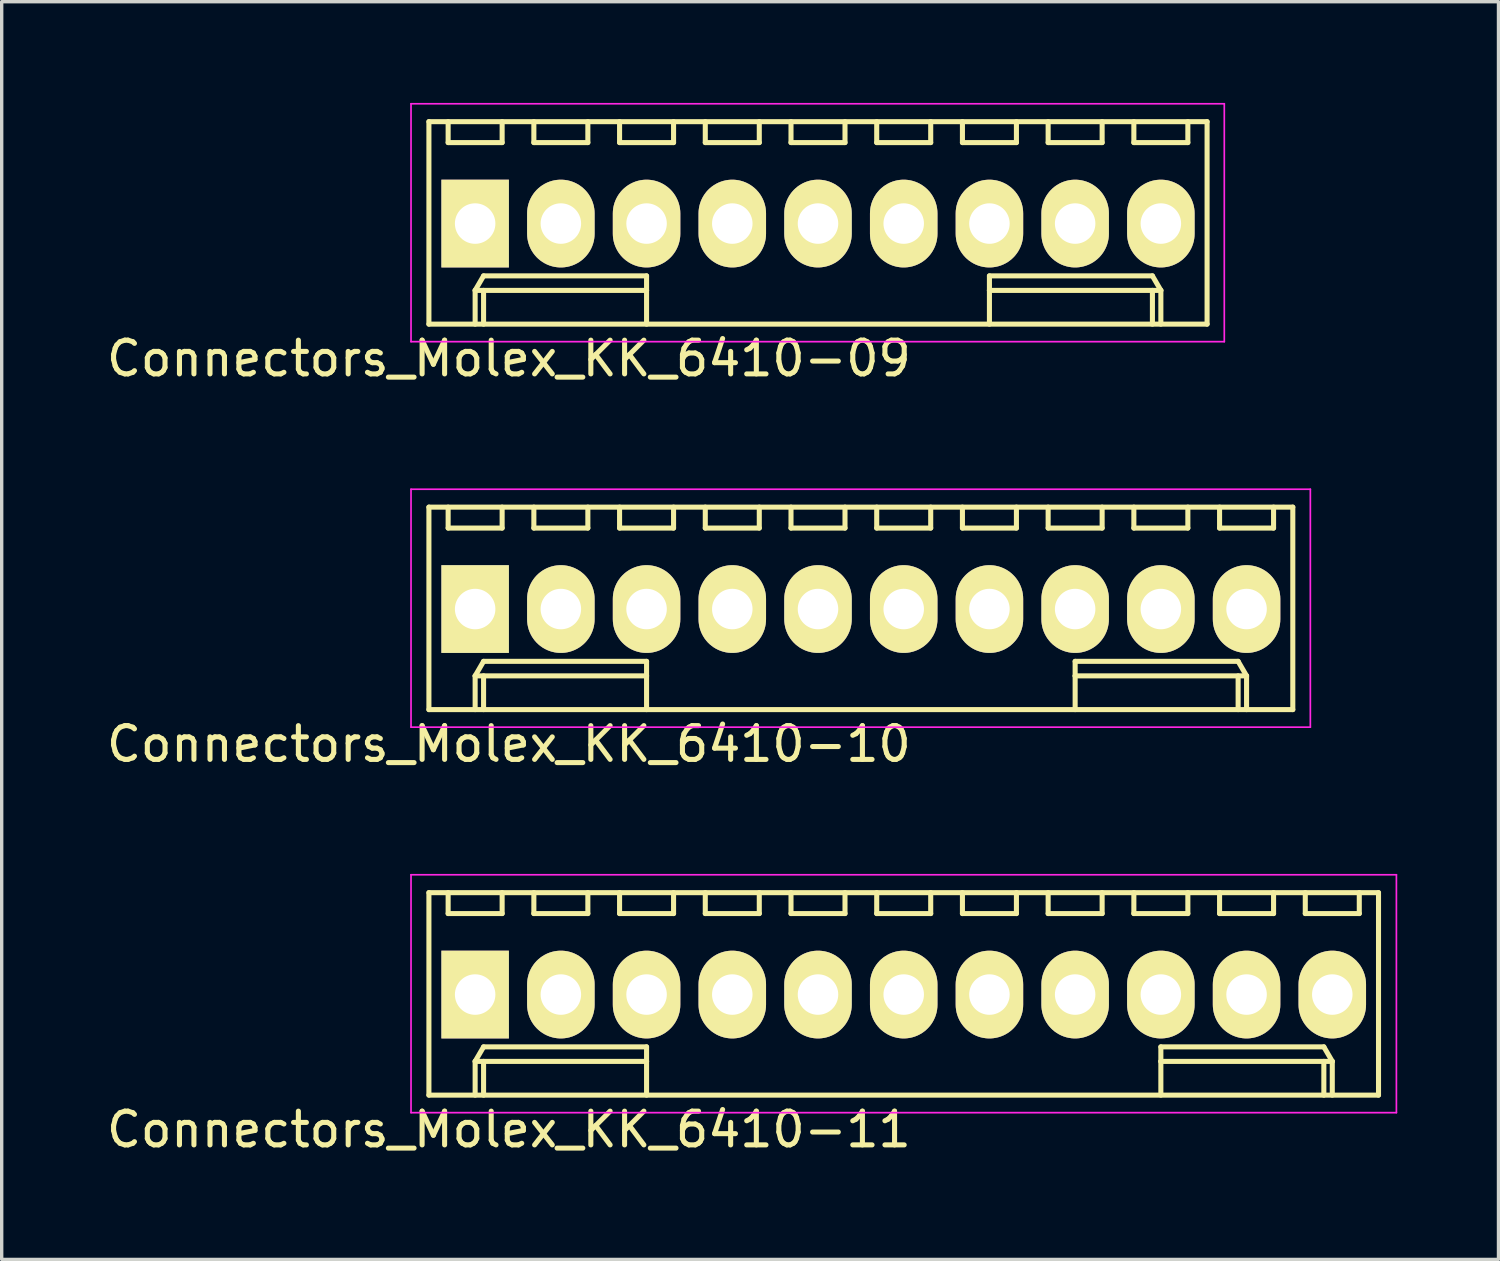
<source format=kicad_pcb>
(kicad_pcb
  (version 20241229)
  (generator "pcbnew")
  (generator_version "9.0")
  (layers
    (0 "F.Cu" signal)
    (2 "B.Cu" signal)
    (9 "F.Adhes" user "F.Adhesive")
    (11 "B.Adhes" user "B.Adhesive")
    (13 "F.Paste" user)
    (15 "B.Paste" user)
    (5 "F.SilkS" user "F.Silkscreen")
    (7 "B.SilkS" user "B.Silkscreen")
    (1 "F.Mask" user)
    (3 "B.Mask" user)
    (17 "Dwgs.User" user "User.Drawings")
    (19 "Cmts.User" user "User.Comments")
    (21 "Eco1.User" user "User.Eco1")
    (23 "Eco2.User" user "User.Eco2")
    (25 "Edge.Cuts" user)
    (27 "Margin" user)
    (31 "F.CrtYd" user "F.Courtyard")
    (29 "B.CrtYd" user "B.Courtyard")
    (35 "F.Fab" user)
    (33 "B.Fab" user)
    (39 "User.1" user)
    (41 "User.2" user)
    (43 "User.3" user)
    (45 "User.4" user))
  (footprint "Connectors_Molex_KK_6410-11"
    (layer "F.Cu")
    (at 11.03 26.422)
    (property "Reference" "Connectors_Molex_KK_6410-11" (at 1 4 0) (layer "F.SilkS") (effects (font (size 1 1) (thickness 0.15))))
    (attr through_hole)
    (fp_line (start -1.37 -3.02) (end -1.37 2.98) (stroke (width 0.15) (type solid)) (layer "F.SilkS"))
    (fp_line (start -1.37 2.98) (end 26.77 2.98) (stroke (width 0.15) (type solid)) (layer "F.SilkS"))
    (fp_line (start -0.8 -3.02) (end -0.8 -2.4) (stroke (width 0.15) (type solid)) (layer "F.SilkS"))
    (fp_line (start -0.8 -2.4) (end 0.8 -2.4) (stroke (width 0.15) (type solid)) (layer "F.SilkS"))
    (fp_line (start 0 1.98) (end 0.25 1.55) (stroke (width 0.15) (type solid)) (layer "F.SilkS"))
    (fp_line (start 0 1.98) (end 5.08 1.98) (stroke (width 0.15) (type solid)) (layer "F.SilkS"))
    (fp_line (start 0 2.98) (end 0 1.98) (stroke (width 0.15) (type solid)) (layer "F.SilkS"))
    (fp_line (start 0.25 1.55) (end 5.08 1.55) (stroke (width 0.15) (type solid)) (layer "F.SilkS"))
    (fp_line (start 0.25 2.98) (end 0.25 1.98) (stroke (width 0.15) (type solid)) (layer "F.SilkS"))
    (fp_line (start 0.8 -2.4) (end 0.8 -3.02) (stroke (width 0.15) (type solid)) (layer "F.SilkS"))
    (fp_line (start 1.74 -3.02) (end 1.74 -2.4) (stroke (width 0.15) (type solid)) (layer "F.SilkS"))
    (fp_line (start 1.74 -2.4) (end 3.34 -2.4) (stroke (width 0.15) (type solid)) (layer "F.SilkS"))
    (fp_line (start 3.34 -2.4) (end 3.34 -3.02) (stroke (width 0.15) (type solid)) (layer "F.SilkS"))
    (fp_line (start 4.28 -3.02) (end 4.28 -2.4) (stroke (width 0.15) (type solid)) (layer "F.SilkS"))
    (fp_line (start 4.28 -2.4) (end 5.88 -2.4) (stroke (width 0.15) (type solid)) (layer "F.SilkS"))
    (fp_line (start 5.08 1.55) (end 5.08 1.98) (stroke (width 0.15) (type solid)) (layer "F.SilkS"))
    (fp_line (start 5.08 1.98) (end 5.08 2.98) (stroke (width 0.15) (type solid)) (layer "F.SilkS"))
    (fp_line (start 5.88 -2.4) (end 5.88 -3.02) (stroke (width 0.15) (type solid)) (layer "F.SilkS"))
    (fp_line (start 6.82 -3.02) (end 6.82 -2.4) (stroke (width 0.15) (type solid)) (layer "F.SilkS"))
    (fp_line (start 6.82 -2.4) (end 8.42 -2.4) (stroke (width 0.15) (type solid)) (layer "F.SilkS"))
    (fp_line (start 8.42 -2.4) (end 8.42 -3.02) (stroke (width 0.15) (type solid)) (layer "F.SilkS"))
    (fp_line (start 9.36 -3.02) (end 9.36 -2.4) (stroke (width 0.15) (type solid)) (layer "F.SilkS"))
    (fp_line (start 9.36 -2.4) (end 10.96 -2.4) (stroke (width 0.15) (type solid)) (layer "F.SilkS"))
    (fp_line (start 10.96 -2.4) (end 10.96 -3.02) (stroke (width 0.15) (type solid)) (layer "F.SilkS"))
    (fp_line (start 11.9 -3.02) (end 11.9 -2.4) (stroke (width 0.15) (type solid)) (layer "F.SilkS"))
    (fp_line (start 11.9 -2.4) (end 13.5 -2.4) (stroke (width 0.15) (type solid)) (layer "F.SilkS"))
    (fp_line (start 13.5 -2.4) (end 13.5 -3.02) (stroke (width 0.15) (type solid)) (layer "F.SilkS"))
    (fp_line (start 14.44 -3.02) (end 14.44 -2.4) (stroke (width 0.15) (type solid)) (layer "F.SilkS"))
    (fp_line (start 14.44 -2.4) (end 16.04 -2.4) (stroke (width 0.15) (type solid)) (layer "F.SilkS"))
    (fp_line (start 16.04 -2.4) (end 16.04 -3.02) (stroke (width 0.15) (type solid)) (layer "F.SilkS"))
    (fp_line (start 16.98 -3.02) (end 16.98 -2.4) (stroke (width 0.15) (type solid)) (layer "F.SilkS"))
    (fp_line (start 16.98 -2.4) (end 18.58 -2.4) (stroke (width 0.15) (type solid)) (layer "F.SilkS"))
    (fp_line (start 18.58 -2.4) (end 18.58 -3.02) (stroke (width 0.15) (type solid)) (layer "F.SilkS"))
    (fp_line (start 19.52 -3.02) (end 19.52 -2.4) (stroke (width 0.15) (type solid)) (layer "F.SilkS"))
    (fp_line (start 19.52 -2.4) (end 21.12 -2.4) (stroke (width 0.15) (type solid)) (layer "F.SilkS"))
    (fp_line (start 20.32 1.55) (end 20.32 1.98) (stroke (width 0.15) (type solid)) (layer "F.SilkS"))
    (fp_line (start 20.32 1.98) (end 20.32 2.98) (stroke (width 0.15) (type solid)) (layer "F.SilkS"))
    (fp_line (start 21.12 -2.4) (end 21.12 -3.02) (stroke (width 0.15) (type solid)) (layer "F.SilkS"))
    (fp_line (start 22.06 -3.02) (end 22.06 -2.4) (stroke (width 0.15) (type solid)) (layer "F.SilkS"))
    (fp_line (start 22.06 -2.4) (end 23.66 -2.4) (stroke (width 0.15) (type solid)) (layer "F.SilkS"))
    (fp_line (start 23.66 -2.4) (end 23.66 -3.02) (stroke (width 0.15) (type solid)) (layer "F.SilkS"))
    (fp_line (start 24.6 -3.02) (end 24.6 -2.4) (stroke (width 0.15) (type solid)) (layer "F.SilkS"))
    (fp_line (start 24.6 -2.4) (end 26.2 -2.4) (stroke (width 0.15) (type solid)) (layer "F.SilkS"))
    (fp_line (start 25.15 1.55) (end 20.32 1.55) (stroke (width 0.15) (type solid)) (layer "F.SilkS"))
    (fp_line (start 25.15 2.98) (end 25.15 1.98) (stroke (width 0.15) (type solid)) (layer "F.SilkS"))
    (fp_line (start 25.4 1.98) (end 20.32 1.98) (stroke (width 0.15) (type solid)) (layer "F.SilkS"))
    (fp_line (start 25.4 1.98) (end 25.15 1.55) (stroke (width 0.15) (type solid)) (layer "F.SilkS"))
    (fp_line (start 25.4 2.98) (end 25.4 1.98) (stroke (width 0.15) (type solid)) (layer "F.SilkS"))
    (fp_line (start 26.2 -2.4) (end 26.2 -3.02) (stroke (width 0.15) (type solid)) (layer "F.SilkS"))
    (fp_line (start 26.77 -3.02) (end -1.37 -3.02) (stroke (width 0.15) (type solid)) (layer "F.SilkS"))
    (fp_line (start 26.77 2.98) (end 26.77 -3.02) (stroke (width 0.15) (type solid)) (layer "F.SilkS"))
    (fp_line (start -1.9 -3.55) (end 27.3 -3.55) (stroke (width 0.05) (type solid)) (layer "F.CrtYd"))
    (fp_line (start -1.9 3.5) (end -1.9 -3.55) (stroke (width 0.05) (type solid)) (layer "F.CrtYd"))
    (fp_line (start 27.3 -3.55) (end 27.3 3.5) (stroke (width 0.05) (type solid)) (layer "F.CrtYd"))
    (fp_line (start 27.3 3.5) (end -1.9 3.5) (stroke (width 0.05) (type solid)) (layer "F.CrtYd"))
    (pad "1" thru_hole rect (at 0 0) (size 2 2.6) (drill 1.2) (layers "*.Cu" "*.Mask" "F.SilkS"))
    (pad "2" thru_hole oval (at 2.54 0) (size 2 2.6) (drill 1.2) (layers "*.Cu" "*.Mask" "F.SilkS"))
    (pad "3" thru_hole oval (at 5.08 0) (size 2 2.6) (drill 1.2) (layers "*.Cu" "*.Mask" "F.SilkS"))
    (pad "4" thru_hole oval (at 7.62 0) (size 2 2.6) (drill 1.2) (layers "*.Cu" "*.Mask" "F.SilkS"))
    (pad "5" thru_hole oval (at 10.16 0) (size 2 2.6) (drill 1.2) (layers "*.Cu" "*.Mask" "F.SilkS"))
    (pad "6" thru_hole oval (at 12.7 0) (size 2 2.6) (drill 1.2) (layers "*.Cu" "*.Mask" "F.SilkS"))
    (pad "7" thru_hole oval (at 15.24 0) (size 2 2.6) (drill 1.2) (layers "*.Cu" "*.Mask" "F.SilkS"))
    (pad "8" thru_hole oval (at 17.78 0) (size 2 2.6) (drill 1.2) (layers "*.Cu" "*.Mask" "F.SilkS"))
    (pad "9" thru_hole oval (at 20.32 0) (size 2 2.6) (drill 1.2) (layers "*.Cu" "*.Mask" "F.SilkS"))
    (pad "10" thru_hole oval (at 22.86 0) (size 2 2.6) (drill 1.2) (layers "*.Cu" "*.Mask" "F.SilkS"))
    (pad "11" thru_hole oval (at 25.4 0) (size 2 2.6) (drill 1.2) (layers "*.Cu" "*.Mask" "F.SilkS")))
  (footprint "Connectors_Molex_KK_6410-09"
    (layer "F.Cu")
    (at 11.03 3.575)
    (property "Reference" "Connectors_Molex_KK_6410-09" (at 1 4 0) (layer "F.SilkS") (effects (font (size 1 1) (thickness 0.15))))
    (attr through_hole)
    (fp_line (start -1.37 -3.02) (end -1.37 2.98) (stroke (width 0.15) (type solid)) (layer "F.SilkS"))
    (fp_line (start -1.37 2.98) (end 21.69 2.98) (stroke (width 0.15) (type solid)) (layer "F.SilkS"))
    (fp_line (start -0.8 -3.02) (end -0.8 -2.4) (stroke (width 0.15) (type solid)) (layer "F.SilkS"))
    (fp_line (start -0.8 -2.4) (end 0.8 -2.4) (stroke (width 0.15) (type solid)) (layer "F.SilkS"))
    (fp_line (start 0 1.98) (end 0.25 1.55) (stroke (width 0.15) (type solid)) (layer "F.SilkS"))
    (fp_line (start 0 1.98) (end 5.08 1.98) (stroke (width 0.15) (type solid)) (layer "F.SilkS"))
    (fp_line (start 0 2.98) (end 0 1.98) (stroke (width 0.15) (type solid)) (layer "F.SilkS"))
    (fp_line (start 0.25 1.55) (end 5.08 1.55) (stroke (width 0.15) (type solid)) (layer "F.SilkS"))
    (fp_line (start 0.25 2.98) (end 0.25 1.98) (stroke (width 0.15) (type solid)) (layer "F.SilkS"))
    (fp_line (start 0.8 -2.4) (end 0.8 -3.02) (stroke (width 0.15) (type solid)) (layer "F.SilkS"))
    (fp_line (start 1.74 -3.02) (end 1.74 -2.4) (stroke (width 0.15) (type solid)) (layer "F.SilkS"))
    (fp_line (start 1.74 -2.4) (end 3.34 -2.4) (stroke (width 0.15) (type solid)) (layer "F.SilkS"))
    (fp_line (start 3.34 -2.4) (end 3.34 -3.02) (stroke (width 0.15) (type solid)) (layer "F.SilkS"))
    (fp_line (start 4.28 -3.02) (end 4.28 -2.4) (stroke (width 0.15) (type solid)) (layer "F.SilkS"))
    (fp_line (start 4.28 -2.4) (end 5.88 -2.4) (stroke (width 0.15) (type solid)) (layer "F.SilkS"))
    (fp_line (start 5.08 1.55) (end 5.08 1.98) (stroke (width 0.15) (type solid)) (layer "F.SilkS"))
    (fp_line (start 5.08 1.98) (end 5.08 2.98) (stroke (width 0.15) (type solid)) (layer "F.SilkS"))
    (fp_line (start 5.88 -2.4) (end 5.88 -3.02) (stroke (width 0.15) (type solid)) (layer "F.SilkS"))
    (fp_line (start 6.82 -3.02) (end 6.82 -2.4) (stroke (width 0.15) (type solid)) (layer "F.SilkS"))
    (fp_line (start 6.82 -2.4) (end 8.42 -2.4) (stroke (width 0.15) (type solid)) (layer "F.SilkS"))
    (fp_line (start 8.42 -2.4) (end 8.42 -3.02) (stroke (width 0.15) (type solid)) (layer "F.SilkS"))
    (fp_line (start 9.36 -3.02) (end 9.36 -2.4) (stroke (width 0.15) (type solid)) (layer "F.SilkS"))
    (fp_line (start 9.36 -2.4) (end 10.96 -2.4) (stroke (width 0.15) (type solid)) (layer "F.SilkS"))
    (fp_line (start 10.96 -2.4) (end 10.96 -3.02) (stroke (width 0.15) (type solid)) (layer "F.SilkS"))
    (fp_line (start 11.9 -3.02) (end 11.9 -2.4) (stroke (width 0.15) (type solid)) (layer "F.SilkS"))
    (fp_line (start 11.9 -2.4) (end 13.5 -2.4) (stroke (width 0.15) (type solid)) (layer "F.SilkS"))
    (fp_line (start 13.5 -2.4) (end 13.5 -3.02) (stroke (width 0.15) (type solid)) (layer "F.SilkS"))
    (fp_line (start 14.44 -3.02) (end 14.44 -2.4) (stroke (width 0.15) (type solid)) (layer "F.SilkS"))
    (fp_line (start 14.44 -2.4) (end 16.04 -2.4) (stroke (width 0.15) (type solid)) (layer "F.SilkS"))
    (fp_line (start 15.24 1.55) (end 15.24 1.98) (stroke (width 0.15) (type solid)) (layer "F.SilkS"))
    (fp_line (start 15.24 1.98) (end 15.24 2.98) (stroke (width 0.15) (type solid)) (layer "F.SilkS"))
    (fp_line (start 16.04 -2.4) (end 16.04 -3.02) (stroke (width 0.15) (type solid)) (layer "F.SilkS"))
    (fp_line (start 16.98 -3.02) (end 16.98 -2.4) (stroke (width 0.15) (type solid)) (layer "F.SilkS"))
    (fp_line (start 16.98 -2.4) (end 18.58 -2.4) (stroke (width 0.15) (type solid)) (layer "F.SilkS"))
    (fp_line (start 18.58 -2.4) (end 18.58 -3.02) (stroke (width 0.15) (type solid)) (layer "F.SilkS"))
    (fp_line (start 19.52 -3.02) (end 19.52 -2.4) (stroke (width 0.15) (type solid)) (layer "F.SilkS"))
    (fp_line (start 19.52 -2.4) (end 21.12 -2.4) (stroke (width 0.15) (type solid)) (layer "F.SilkS"))
    (fp_line (start 20.07 1.55) (end 15.24 1.55) (stroke (width 0.15) (type solid)) (layer "F.SilkS"))
    (fp_line (start 20.07 2.98) (end 20.07 1.98) (stroke (width 0.15) (type solid)) (layer "F.SilkS"))
    (fp_line (start 20.32 1.98) (end 15.24 1.98) (stroke (width 0.15) (type solid)) (layer "F.SilkS"))
    (fp_line (start 20.32 1.98) (end 20.07 1.55) (stroke (width 0.15) (type solid)) (layer "F.SilkS"))
    (fp_line (start 20.32 2.98) (end 20.32 1.98) (stroke (width 0.15) (type solid)) (layer "F.SilkS"))
    (fp_line (start 21.12 -2.4) (end 21.12 -3.02) (stroke (width 0.15) (type solid)) (layer "F.SilkS"))
    (fp_line (start 21.69 -3.02) (end -1.37 -3.02) (stroke (width 0.15) (type solid)) (layer "F.SilkS"))
    (fp_line (start 21.69 2.98) (end 21.69 -3.02) (stroke (width 0.15) (type solid)) (layer "F.SilkS"))
    (fp_line (start -1.9 -3.55) (end 22.2 -3.55) (stroke (width 0.05) (type solid)) (layer "F.CrtYd"))
    (fp_line (start -1.9 3.5) (end -1.9 -3.55) (stroke (width 0.05) (type solid)) (layer "F.CrtYd"))
    (fp_line (start 22.2 -3.55) (end 22.2 3.5) (stroke (width 0.05) (type solid)) (layer "F.CrtYd"))
    (fp_line (start 22.2 3.5) (end -1.9 3.5) (stroke (width 0.05) (type solid)) (layer "F.CrtYd"))
    (pad "1" thru_hole rect (at 0 0) (size 2 2.6) (drill 1.2) (layers "*.Cu" "*.Mask" "F.SilkS"))
    (pad "2" thru_hole oval (at 2.54 0) (size 2 2.6) (drill 1.2) (layers "*.Cu" "*.Mask" "F.SilkS"))
    (pad "3" thru_hole oval (at 5.08 0) (size 2 2.6) (drill 1.2) (layers "*.Cu" "*.Mask" "F.SilkS"))
    (pad "4" thru_hole oval (at 7.62 0) (size 2 2.6) (drill 1.2) (layers "*.Cu" "*.Mask" "F.SilkS"))
    (pad "5" thru_hole oval (at 10.16 0) (size 2 2.6) (drill 1.2) (layers "*.Cu" "*.Mask" "F.SilkS"))
    (pad "6" thru_hole oval (at 12.7 0) (size 2 2.6) (drill 1.2) (layers "*.Cu" "*.Mask" "F.SilkS"))
    (pad "7" thru_hole oval (at 15.24 0) (size 2 2.6) (drill 1.2) (layers "*.Cu" "*.Mask" "F.SilkS"))
    (pad "8" thru_hole oval (at 17.78 0) (size 2 2.6) (drill 1.2) (layers "*.Cu" "*.Mask" "F.SilkS"))
    (pad "9" thru_hole oval (at 20.32 0) (size 2 2.6) (drill 1.2) (layers "*.Cu" "*.Mask" "F.SilkS")))
  (footprint "Connectors_Molex_KK_6410-10"
    (layer "F.Cu")
    (at 11.03 14.998)
    (property "Reference" "Connectors_Molex_KK_6410-10" (at 1 4 0) (layer "F.SilkS") (effects (font (size 1 1) (thickness 0.15))))
    (attr through_hole)
    (fp_line (start -1.37 -3.02) (end -1.37 2.98) (stroke (width 0.15) (type solid)) (layer "F.SilkS"))
    (fp_line (start -1.37 2.98) (end 24.23 2.98) (stroke (width 0.15) (type solid)) (layer "F.SilkS"))
    (fp_line (start -0.8 -3.02) (end -0.8 -2.4) (stroke (width 0.15) (type solid)) (layer "F.SilkS"))
    (fp_line (start -0.8 -2.4) (end 0.8 -2.4) (stroke (width 0.15) (type solid)) (layer "F.SilkS"))
    (fp_line (start 0 1.98) (end 0.25 1.55) (stroke (width 0.15) (type solid)) (layer "F.SilkS"))
    (fp_line (start 0 1.98) (end 5.08 1.98) (stroke (width 0.15) (type solid)) (layer "F.SilkS"))
    (fp_line (start 0 2.98) (end 0 1.98) (stroke (width 0.15) (type solid)) (layer "F.SilkS"))
    (fp_line (start 0.25 1.55) (end 5.08 1.55) (stroke (width 0.15) (type solid)) (layer "F.SilkS"))
    (fp_line (start 0.25 2.98) (end 0.25 1.98) (stroke (width 0.15) (type solid)) (layer "F.SilkS"))
    (fp_line (start 0.8 -2.4) (end 0.8 -3.02) (stroke (width 0.15) (type solid)) (layer "F.SilkS"))
    (fp_line (start 1.74 -3.02) (end 1.74 -2.4) (stroke (width 0.15) (type solid)) (layer "F.SilkS"))
    (fp_line (start 1.74 -2.4) (end 3.34 -2.4) (stroke (width 0.15) (type solid)) (layer "F.SilkS"))
    (fp_line (start 3.34 -2.4) (end 3.34 -3.02) (stroke (width 0.15) (type solid)) (layer "F.SilkS"))
    (fp_line (start 4.28 -3.02) (end 4.28 -2.4) (stroke (width 0.15) (type solid)) (layer "F.SilkS"))
    (fp_line (start 4.28 -2.4) (end 5.88 -2.4) (stroke (width 0.15) (type solid)) (layer "F.SilkS"))
    (fp_line (start 5.08 1.55) (end 5.08 1.98) (stroke (width 0.15) (type solid)) (layer "F.SilkS"))
    (fp_line (start 5.08 1.98) (end 5.08 2.98) (stroke (width 0.15) (type solid)) (layer "F.SilkS"))
    (fp_line (start 5.88 -2.4) (end 5.88 -3.02) (stroke (width 0.15) (type solid)) (layer "F.SilkS"))
    (fp_line (start 6.82 -3.02) (end 6.82 -2.4) (stroke (width 0.15) (type solid)) (layer "F.SilkS"))
    (fp_line (start 6.82 -2.4) (end 8.42 -2.4) (stroke (width 0.15) (type solid)) (layer "F.SilkS"))
    (fp_line (start 8.42 -2.4) (end 8.42 -3.02) (stroke (width 0.15) (type solid)) (layer "F.SilkS"))
    (fp_line (start 9.36 -3.02) (end 9.36 -2.4) (stroke (width 0.15) (type solid)) (layer "F.SilkS"))
    (fp_line (start 9.36 -2.4) (end 10.96 -2.4) (stroke (width 0.15) (type solid)) (layer "F.SilkS"))
    (fp_line (start 10.96 -2.4) (end 10.96 -3.02) (stroke (width 0.15) (type solid)) (layer "F.SilkS"))
    (fp_line (start 11.9 -3.02) (end 11.9 -2.4) (stroke (width 0.15) (type solid)) (layer "F.SilkS"))
    (fp_line (start 11.9 -2.4) (end 13.5 -2.4) (stroke (width 0.15) (type solid)) (layer "F.SilkS"))
    (fp_line (start 13.5 -2.4) (end 13.5 -3.02) (stroke (width 0.15) (type solid)) (layer "F.SilkS"))
    (fp_line (start 14.44 -3.02) (end 14.44 -2.4) (stroke (width 0.15) (type solid)) (layer "F.SilkS"))
    (fp_line (start 14.44 -2.4) (end 16.04 -2.4) (stroke (width 0.15) (type solid)) (layer "F.SilkS"))
    (fp_line (start 16.04 -2.4) (end 16.04 -3.02) (stroke (width 0.15) (type solid)) (layer "F.SilkS"))
    (fp_line (start 16.98 -3.02) (end 16.98 -2.4) (stroke (width 0.15) (type solid)) (layer "F.SilkS"))
    (fp_line (start 16.98 -2.4) (end 18.58 -2.4) (stroke (width 0.15) (type solid)) (layer "F.SilkS"))
    (fp_line (start 17.78 1.55) (end 17.78 1.98) (stroke (width 0.15) (type solid)) (layer "F.SilkS"))
    (fp_line (start 17.78 1.98) (end 17.78 2.98) (stroke (width 0.15) (type solid)) (layer "F.SilkS"))
    (fp_line (start 18.58 -2.4) (end 18.58 -3.02) (stroke (width 0.15) (type solid)) (layer "F.SilkS"))
    (fp_line (start 19.52 -3.02) (end 19.52 -2.4) (stroke (width 0.15) (type solid)) (layer "F.SilkS"))
    (fp_line (start 19.52 -2.4) (end 21.12 -2.4) (stroke (width 0.15) (type solid)) (layer "F.SilkS"))
    (fp_line (start 21.12 -2.4) (end 21.12 -3.02) (stroke (width 0.15) (type solid)) (layer "F.SilkS"))
    (fp_line (start 22.06 -3.02) (end 22.06 -2.4) (stroke (width 0.15) (type solid)) (layer "F.SilkS"))
    (fp_line (start 22.06 -2.4) (end 23.66 -2.4) (stroke (width 0.15) (type solid)) (layer "F.SilkS"))
    (fp_line (start 22.61 1.55) (end 17.78 1.55) (stroke (width 0.15) (type solid)) (layer "F.SilkS"))
    (fp_line (start 22.61 2.98) (end 22.61 1.98) (stroke (width 0.15) (type solid)) (layer "F.SilkS"))
    (fp_line (start 22.86 1.98) (end 17.78 1.98) (stroke (width 0.15) (type solid)) (layer "F.SilkS"))
    (fp_line (start 22.86 1.98) (end 22.61 1.55) (stroke (width 0.15) (type solid)) (layer "F.SilkS"))
    (fp_line (start 22.86 2.98) (end 22.86 1.98) (stroke (width 0.15) (type solid)) (layer "F.SilkS"))
    (fp_line (start 23.66 -2.4) (end 23.66 -3.02) (stroke (width 0.15) (type solid)) (layer "F.SilkS"))
    (fp_line (start 24.23 -3.02) (end -1.37 -3.02) (stroke (width 0.15) (type solid)) (layer "F.SilkS"))
    (fp_line (start 24.23 2.98) (end 24.23 -3.02) (stroke (width 0.15) (type solid)) (layer "F.SilkS"))
    (fp_line (start -1.9 -3.55) (end 24.75 -3.55) (stroke (width 0.05) (type solid)) (layer "F.CrtYd"))
    (fp_line (start -1.9 3.5) (end -1.9 -3.55) (stroke (width 0.05) (type solid)) (layer "F.CrtYd"))
    (fp_line (start 24.75 -3.55) (end 24.75 3.5) (stroke (width 0.05) (type solid)) (layer "F.CrtYd"))
    (fp_line (start 24.75 3.5) (end -1.9 3.5) (stroke (width 0.05) (type solid)) (layer "F.CrtYd"))
    (pad "1" thru_hole rect (at 0 0) (size 2 2.6) (drill 1.2) (layers "*.Cu" "*.Mask" "F.SilkS"))
    (pad "2" thru_hole oval (at 2.54 0) (size 2 2.6) (drill 1.2) (layers "*.Cu" "*.Mask" "F.SilkS"))
    (pad "3" thru_hole oval (at 5.08 0) (size 2 2.6) (drill 1.2) (layers "*.Cu" "*.Mask" "F.SilkS"))
    (pad "4" thru_hole oval (at 7.62 0) (size 2 2.6) (drill 1.2) (layers "*.Cu" "*.Mask" "F.SilkS"))
    (pad "5" thru_hole oval (at 10.16 0) (size 2 2.6) (drill 1.2) (layers "*.Cu" "*.Mask" "F.SilkS"))
    (pad "6" thru_hole oval (at 12.7 0) (size 2 2.6) (drill 1.2) (layers "*.Cu" "*.Mask" "F.SilkS"))
    (pad "7" thru_hole oval (at 15.24 0) (size 2 2.6) (drill 1.2) (layers "*.Cu" "*.Mask" "F.SilkS"))
    (pad "8" thru_hole oval (at 17.78 0) (size 2 2.6) (drill 1.2) (layers "*.Cu" "*.Mask" "F.SilkS"))
    (pad "9" thru_hole oval (at 20.32 0) (size 2 2.6) (drill 1.2) (layers "*.Cu" "*.Mask" "F.SilkS"))
    (pad "10" thru_hole oval (at 22.86 0) (size 2 2.6) (drill 1.2) (layers "*.Cu" "*.Mask" "F.SilkS")))
  (gr_rect
    (start -3 -3)
    (end 41.355 34.27)
    (stroke (width 0.1) (type default))
    (fill no)
    (layer "Edge.Cuts")))
</source>
